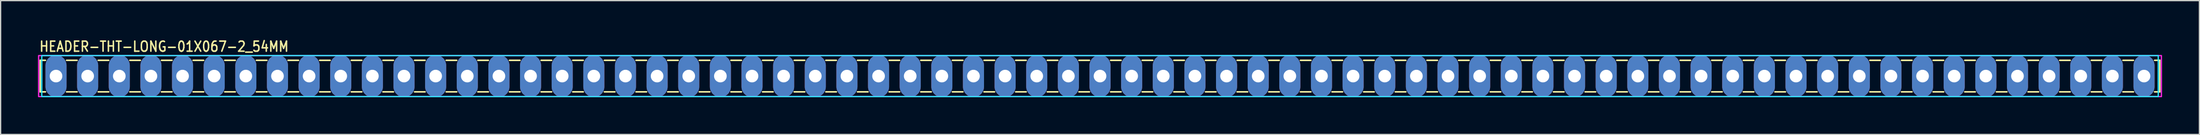
<source format=kicad_pcb>
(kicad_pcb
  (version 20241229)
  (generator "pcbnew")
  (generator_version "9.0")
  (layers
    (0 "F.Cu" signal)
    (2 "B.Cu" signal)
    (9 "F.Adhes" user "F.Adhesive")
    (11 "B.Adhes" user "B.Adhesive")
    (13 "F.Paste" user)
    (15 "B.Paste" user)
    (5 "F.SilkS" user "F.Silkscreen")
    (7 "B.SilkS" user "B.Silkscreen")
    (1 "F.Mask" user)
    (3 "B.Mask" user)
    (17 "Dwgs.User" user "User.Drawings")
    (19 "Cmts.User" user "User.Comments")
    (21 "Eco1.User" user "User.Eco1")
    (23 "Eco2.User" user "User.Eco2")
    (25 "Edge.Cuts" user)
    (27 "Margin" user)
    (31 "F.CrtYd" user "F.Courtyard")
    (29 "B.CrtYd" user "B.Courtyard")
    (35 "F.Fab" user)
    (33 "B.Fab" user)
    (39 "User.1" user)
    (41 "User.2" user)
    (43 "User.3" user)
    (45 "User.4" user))
  (footprint "HEADER-THT-LONG-01X067-2_54MM"
    (layer "F.Cu")
    (at 1.447 3.079)
    (property "Reference" "HEADER-THT-LONG-01X067-2_54MM" (at -1.4 -1.9 0) (unlocked yes) (layer "F.SilkS") (effects (font (size 0.813 0.695) (thickness 0.122)) (justify left bottom)))
    (fp_line (start -1.27 -1.27) (end -1.27 1.27) (stroke (width 0.127) (type solid)) (layer "F.SilkS"))
    (fp_line (start -1.27 1.27) (end -0.85 1.27) (stroke (width 0.127) (type solid)) (layer "F.SilkS"))
    (fp_line (start -0.85 -1.27) (end -1.27 -1.27) (stroke (width 0.127) (type solid)) (layer "F.SilkS"))
    (fp_line (start 0.85 -1.27) (end 1.69 -1.27) (stroke (width 0.127) (type solid)) (layer "F.SilkS"))
    (fp_line (start 0.85 1.27) (end 1.69 1.27) (stroke (width 0.127) (type solid)) (layer "F.SilkS"))
    (fp_line (start 3.39 -1.27) (end 4.23 -1.27) (stroke (width 0.127) (type solid)) (layer "F.SilkS"))
    (fp_line (start 3.39 1.27) (end 4.23 1.27) (stroke (width 0.127) (type solid)) (layer "F.SilkS"))
    (fp_line (start 5.93 -1.27) (end 6.77 -1.27) (stroke (width 0.127) (type solid)) (layer "F.SilkS"))
    (fp_line (start 5.93 1.27) (end 6.77 1.27) (stroke (width 0.127) (type solid)) (layer "F.SilkS"))
    (fp_line (start 8.47 -1.27) (end 9.31 -1.27) (stroke (width 0.127) (type solid)) (layer "F.SilkS"))
    (fp_line (start 8.47 1.27) (end 9.31 1.27) (stroke (width 0.127) (type solid)) (layer "F.SilkS"))
    (fp_line (start 11.01 -1.27) (end 11.85 -1.27) (stroke (width 0.127) (type solid)) (layer "F.SilkS"))
    (fp_line (start 11.01 1.27) (end 11.85 1.27) (stroke (width 0.127) (type solid)) (layer "F.SilkS"))
    (fp_line (start 13.55 -1.27) (end 14.39 -1.27) (stroke (width 0.127) (type solid)) (layer "F.SilkS"))
    (fp_line (start 13.55 1.27) (end 14.39 1.27) (stroke (width 0.127) (type solid)) (layer "F.SilkS"))
    (fp_line (start 16.09 -1.27) (end 16.93 -1.27) (stroke (width 0.127) (type solid)) (layer "F.SilkS"))
    (fp_line (start 16.09 1.27) (end 16.93 1.27) (stroke (width 0.127) (type solid)) (layer "F.SilkS"))
    (fp_line (start 18.63 -1.27) (end 19.47 -1.27) (stroke (width 0.127) (type solid)) (layer "F.SilkS"))
    (fp_line (start 18.63 1.27) (end 19.47 1.27) (stroke (width 0.127) (type solid)) (layer "F.SilkS"))
    (fp_line (start 21.17 -1.27) (end 22.01 -1.27) (stroke (width 0.127) (type solid)) (layer "F.SilkS"))
    (fp_line (start 21.17 1.27) (end 22.01 1.27) (stroke (width 0.127) (type solid)) (layer "F.SilkS"))
    (fp_line (start 23.71 -1.27) (end 24.55 -1.27) (stroke (width 0.127) (type solid)) (layer "F.SilkS"))
    (fp_line (start 23.71 1.27) (end 24.55 1.27) (stroke (width 0.127) (type solid)) (layer "F.SilkS"))
    (fp_line (start 26.25 -1.27) (end 27.09 -1.27) (stroke (width 0.127) (type solid)) (layer "F.SilkS"))
    (fp_line (start 26.25 1.27) (end 27.09 1.27) (stroke (width 0.127) (type solid)) (layer "F.SilkS"))
    (fp_line (start 28.79 -1.27) (end 29.63 -1.27) (stroke (width 0.127) (type solid)) (layer "F.SilkS"))
    (fp_line (start 28.79 1.27) (end 29.63 1.27) (stroke (width 0.127) (type solid)) (layer "F.SilkS"))
    (fp_line (start 31.33 -1.27) (end 32.17 -1.27) (stroke (width 0.127) (type solid)) (layer "F.SilkS"))
    (fp_line (start 31.33 1.27) (end 32.17 1.27) (stroke (width 0.127) (type solid)) (layer "F.SilkS"))
    (fp_line (start 33.87 -1.27) (end 34.71 -1.27) (stroke (width 0.127) (type solid)) (layer "F.SilkS"))
    (fp_line (start 33.87 1.27) (end 34.71 1.27) (stroke (width 0.127) (type solid)) (layer "F.SilkS"))
    (fp_line (start 36.41 -1.27) (end 37.25 -1.27) (stroke (width 0.127) (type solid)) (layer "F.SilkS"))
    (fp_line (start 36.41 1.27) (end 37.25 1.27) (stroke (width 0.127) (type solid)) (layer "F.SilkS"))
    (fp_line (start 38.95 -1.27) (end 39.79 -1.27) (stroke (width 0.127) (type solid)) (layer "F.SilkS"))
    (fp_line (start 38.95 1.27) (end 39.79 1.27) (stroke (width 0.127) (type solid)) (layer "F.SilkS"))
    (fp_line (start 41.49 -1.27) (end 42.33 -1.27) (stroke (width 0.127) (type solid)) (layer "F.SilkS"))
    (fp_line (start 41.49 1.27) (end 42.33 1.27) (stroke (width 0.127) (type solid)) (layer "F.SilkS"))
    (fp_line (start 44.03 -1.27) (end 44.87 -1.27) (stroke (width 0.127) (type solid)) (layer "F.SilkS"))
    (fp_line (start 44.03 1.27) (end 44.87 1.27) (stroke (width 0.127) (type solid)) (layer "F.SilkS"))
    (fp_line (start 46.57 -1.27) (end 47.41 -1.27) (stroke (width 0.127) (type solid)) (layer "F.SilkS"))
    (fp_line (start 46.57 1.27) (end 47.41 1.27) (stroke (width 0.127) (type solid)) (layer "F.SilkS"))
    (fp_line (start 49.11 -1.27) (end 49.95 -1.27) (stroke (width 0.127) (type solid)) (layer "F.SilkS"))
    (fp_line (start 49.11 1.27) (end 49.95 1.27) (stroke (width 0.127) (type solid)) (layer "F.SilkS"))
    (fp_line (start 51.65 -1.27) (end 52.49 -1.27) (stroke (width 0.127) (type solid)) (layer "F.SilkS"))
    (fp_line (start 51.65 1.27) (end 52.49 1.27) (stroke (width 0.127) (type solid)) (layer "F.SilkS"))
    (fp_line (start 54.19 -1.27) (end 55.03 -1.27) (stroke (width 0.127) (type solid)) (layer "F.SilkS"))
    (fp_line (start 54.19 1.27) (end 55.03 1.27) (stroke (width 0.127) (type solid)) (layer "F.SilkS"))
    (fp_line (start 56.73 -1.27) (end 57.57 -1.27) (stroke (width 0.127) (type solid)) (layer "F.SilkS"))
    (fp_line (start 56.73 1.27) (end 57.57 1.27) (stroke (width 0.127) (type solid)) (layer "F.SilkS"))
    (fp_line (start 59.27 -1.27) (end 60.11 -1.27) (stroke (width 0.127) (type solid)) (layer "F.SilkS"))
    (fp_line (start 59.27 1.27) (end 60.11 1.27) (stroke (width 0.127) (type solid)) (layer "F.SilkS"))
    (fp_line (start 61.81 -1.27) (end 62.65 -1.27) (stroke (width 0.127) (type solid)) (layer "F.SilkS"))
    (fp_line (start 61.81 1.27) (end 62.65 1.27) (stroke (width 0.127) (type solid)) (layer "F.SilkS"))
    (fp_line (start 64.35 -1.27) (end 65.19 -1.27) (stroke (width 0.127) (type solid)) (layer "F.SilkS"))
    (fp_line (start 64.35 1.27) (end 65.19 1.27) (stroke (width 0.127) (type solid)) (layer "F.SilkS"))
    (fp_line (start 66.89 -1.27) (end 67.73 -1.27) (stroke (width 0.127) (type solid)) (layer "F.SilkS"))
    (fp_line (start 66.89 1.27) (end 67.73 1.27) (stroke (width 0.127) (type solid)) (layer "F.SilkS"))
    (fp_line (start 69.43 -1.27) (end 70.27 -1.27) (stroke (width 0.127) (type solid)) (layer "F.SilkS"))
    (fp_line (start 69.43 1.27) (end 70.27 1.27) (stroke (width 0.127) (type solid)) (layer "F.SilkS"))
    (fp_line (start 71.97 -1.27) (end 72.81 -1.27) (stroke (width 0.127) (type solid)) (layer "F.SilkS"))
    (fp_line (start 71.97 1.27) (end 72.81 1.27) (stroke (width 0.127) (type solid)) (layer "F.SilkS"))
    (fp_line (start 74.51 -1.27) (end 75.35 -1.27) (stroke (width 0.127) (type solid)) (layer "F.SilkS"))
    (fp_line (start 74.51 1.27) (end 75.35 1.27) (stroke (width 0.127) (type solid)) (layer "F.SilkS"))
    (fp_line (start 77.05 -1.27) (end 77.89 -1.27) (stroke (width 0.127) (type solid)) (layer "F.SilkS"))
    (fp_line (start 77.05 1.27) (end 77.89 1.27) (stroke (width 0.127) (type solid)) (layer "F.SilkS"))
    (fp_line (start 79.59 -1.27) (end 80.43 -1.27) (stroke (width 0.127) (type solid)) (layer "F.SilkS"))
    (fp_line (start 79.59 1.27) (end 80.43 1.27) (stroke (width 0.127) (type solid)) (layer "F.SilkS"))
    (fp_line (start 82.13 -1.27) (end 82.97 -1.27) (stroke (width 0.127) (type solid)) (layer "F.SilkS"))
    (fp_line (start 82.13 1.27) (end 82.97 1.27) (stroke (width 0.127) (type solid)) (layer "F.SilkS"))
    (fp_line (start 84.67 -1.27) (end 85.51 -1.27) (stroke (width 0.127) (type solid)) (layer "F.SilkS"))
    (fp_line (start 84.67 1.27) (end 85.51 1.27) (stroke (width 0.127) (type solid)) (layer "F.SilkS"))
    (fp_line (start 87.21 -1.27) (end 88.05 -1.27) (stroke (width 0.127) (type solid)) (layer "F.SilkS"))
    (fp_line (start 87.21 1.27) (end 88.05 1.27) (stroke (width 0.127) (type solid)) (layer "F.SilkS"))
    (fp_line (start 89.75 -1.27) (end 90.59 -1.27) (stroke (width 0.127) (type solid)) (layer "F.SilkS"))
    (fp_line (start 89.75 1.27) (end 90.59 1.27) (stroke (width 0.127) (type solid)) (layer "F.SilkS"))
    (fp_line (start 92.29 -1.27) (end 93.13 -1.27) (stroke (width 0.127) (type solid)) (layer "F.SilkS"))
    (fp_line (start 92.29 1.27) (end 93.13 1.27) (stroke (width 0.127) (type solid)) (layer "F.SilkS"))
    (fp_line (start 94.83 -1.27) (end 95.67 -1.27) (stroke (width 0.127) (type solid)) (layer "F.SilkS"))
    (fp_line (start 94.83 1.27) (end 95.67 1.27) (stroke (width 0.127) (type solid)) (layer "F.SilkS"))
    (fp_line (start 97.37 -1.27) (end 98.21 -1.27) (stroke (width 0.127) (type solid)) (layer "F.SilkS"))
    (fp_line (start 97.37 1.27) (end 98.21 1.27) (stroke (width 0.127) (type solid)) (layer "F.SilkS"))
    (fp_line (start 99.91 -1.27) (end 100.75 -1.27) (stroke (width 0.127) (type solid)) (layer "F.SilkS"))
    (fp_line (start 99.91 1.27) (end 100.75 1.27) (stroke (width 0.127) (type solid)) (layer "F.SilkS"))
    (fp_line (start 102.45 -1.27) (end 103.29 -1.27) (stroke (width 0.127) (type solid)) (layer "F.SilkS"))
    (fp_line (start 102.45 1.27) (end 103.29 1.27) (stroke (width 0.127) (type solid)) (layer "F.SilkS"))
    (fp_line (start 104.99 -1.27) (end 105.83 -1.27) (stroke (width 0.127) (type solid)) (layer "F.SilkS"))
    (fp_line (start 104.99 1.27) (end 105.83 1.27) (stroke (width 0.127) (type solid)) (layer "F.SilkS"))
    (fp_line (start 107.53 -1.27) (end 108.37 -1.27) (stroke (width 0.127) (type solid)) (layer "F.SilkS"))
    (fp_line (start 107.53 1.27) (end 108.37 1.27) (stroke (width 0.127) (type solid)) (layer "F.SilkS"))
    (fp_line (start 110.07 -1.27) (end 110.91 -1.27) (stroke (width 0.127) (type solid)) (layer "F.SilkS"))
    (fp_line (start 110.07 1.27) (end 110.91 1.27) (stroke (width 0.127) (type solid)) (layer "F.SilkS"))
    (fp_line (start 112.61 -1.27) (end 113.45 -1.27) (stroke (width 0.127) (type solid)) (layer "F.SilkS"))
    (fp_line (start 112.61 1.27) (end 113.45 1.27) (stroke (width 0.127) (type solid)) (layer "F.SilkS"))
    (fp_line (start 115.15 -1.27) (end 115.99 -1.27) (stroke (width 0.127) (type solid)) (layer "F.SilkS"))
    (fp_line (start 115.15 1.27) (end 115.99 1.27) (stroke (width 0.127) (type solid)) (layer "F.SilkS"))
    (fp_line (start 117.69 -1.27) (end 118.53 -1.27) (stroke (width 0.127) (type solid)) (layer "F.SilkS"))
    (fp_line (start 117.69 1.27) (end 118.53 1.27) (stroke (width 0.127) (type solid)) (layer "F.SilkS"))
    (fp_line (start 120.23 -1.27) (end 121.07 -1.27) (stroke (width 0.127) (type solid)) (layer "F.SilkS"))
    (fp_line (start 120.23 1.27) (end 121.07 1.27) (stroke (width 0.127) (type solid)) (layer "F.SilkS"))
    (fp_line (start 122.77 -1.27) (end 123.61 -1.27) (stroke (width 0.127) (type solid)) (layer "F.SilkS"))
    (fp_line (start 122.77 1.27) (end 123.61 1.27) (stroke (width 0.127) (type solid)) (layer "F.SilkS"))
    (fp_line (start 125.31 -1.27) (end 126.15 -1.27) (stroke (width 0.127) (type solid)) (layer "F.SilkS"))
    (fp_line (start 125.31 1.27) (end 126.15 1.27) (stroke (width 0.127) (type solid)) (layer "F.SilkS"))
    (fp_line (start 127.85 -1.27) (end 128.69 -1.27) (stroke (width 0.127) (type solid)) (layer "F.SilkS"))
    (fp_line (start 127.85 1.27) (end 128.69 1.27) (stroke (width 0.127) (type solid)) (layer "F.SilkS"))
    (fp_line (start 130.39 -1.27) (end 131.23 -1.27) (stroke (width 0.127) (type solid)) (layer "F.SilkS"))
    (fp_line (start 130.39 1.27) (end 131.23 1.27) (stroke (width 0.127) (type solid)) (layer "F.SilkS"))
    (fp_line (start 132.93 -1.27) (end 133.77 -1.27) (stroke (width 0.127) (type solid)) (layer "F.SilkS"))
    (fp_line (start 132.93 1.27) (end 133.77 1.27) (stroke (width 0.127) (type solid)) (layer "F.SilkS"))
    (fp_line (start 135.47 -1.27) (end 136.31 -1.27) (stroke (width 0.127) (type solid)) (layer "F.SilkS"))
    (fp_line (start 135.47 1.27) (end 136.31 1.27) (stroke (width 0.127) (type solid)) (layer "F.SilkS"))
    (fp_line (start 138.01 -1.27) (end 138.85 -1.27) (stroke (width 0.127) (type solid)) (layer "F.SilkS"))
    (fp_line (start 138.01 1.27) (end 138.85 1.27) (stroke (width 0.127) (type solid)) (layer "F.SilkS"))
    (fp_line (start 140.55 -1.27) (end 141.39 -1.27) (stroke (width 0.127) (type solid)) (layer "F.SilkS"))
    (fp_line (start 140.55 1.27) (end 141.39 1.27) (stroke (width 0.127) (type solid)) (layer "F.SilkS"))
    (fp_line (start 143.09 -1.27) (end 143.93 -1.27) (stroke (width 0.127) (type solid)) (layer "F.SilkS"))
    (fp_line (start 143.09 1.27) (end 143.93 1.27) (stroke (width 0.127) (type solid)) (layer "F.SilkS"))
    (fp_line (start 145.63 -1.27) (end 146.47 -1.27) (stroke (width 0.127) (type solid)) (layer "F.SilkS"))
    (fp_line (start 145.63 1.27) (end 146.47 1.27) (stroke (width 0.127) (type solid)) (layer "F.SilkS"))
    (fp_line (start 148.17 -1.27) (end 149.01 -1.27) (stroke (width 0.127) (type solid)) (layer "F.SilkS"))
    (fp_line (start 148.17 1.27) (end 149.01 1.27) (stroke (width 0.127) (type solid)) (layer "F.SilkS"))
    (fp_line (start 150.71 -1.27) (end 151.55 -1.27) (stroke (width 0.127) (type solid)) (layer "F.SilkS"))
    (fp_line (start 150.71 1.27) (end 151.55 1.27) (stroke (width 0.127) (type solid)) (layer "F.SilkS"))
    (fp_line (start 153.25 -1.27) (end 154.09 -1.27) (stroke (width 0.127) (type solid)) (layer "F.SilkS"))
    (fp_line (start 153.25 1.27) (end 154.09 1.27) (stroke (width 0.127) (type solid)) (layer "F.SilkS"))
    (fp_line (start 155.79 -1.27) (end 156.63 -1.27) (stroke (width 0.127) (type solid)) (layer "F.SilkS"))
    (fp_line (start 155.79 1.27) (end 156.63 1.27) (stroke (width 0.127) (type solid)) (layer "F.SilkS"))
    (fp_line (start 158.33 -1.27) (end 159.17 -1.27) (stroke (width 0.127) (type solid)) (layer "F.SilkS"))
    (fp_line (start 158.33 1.27) (end 159.17 1.27) (stroke (width 0.127) (type solid)) (layer "F.SilkS"))
    (fp_line (start 160.87 -1.27) (end 161.71 -1.27) (stroke (width 0.127) (type solid)) (layer "F.SilkS"))
    (fp_line (start 160.87 1.27) (end 161.71 1.27) (stroke (width 0.127) (type solid)) (layer "F.SilkS"))
    (fp_line (start 163.41 -1.27) (end 164.25 -1.27) (stroke (width 0.127) (type solid)) (layer "F.SilkS"))
    (fp_line (start 163.41 1.27) (end 164.25 1.27) (stroke (width 0.127) (type solid)) (layer "F.SilkS"))
    (fp_line (start 165.95 -1.27) (end 166.79 -1.27) (stroke (width 0.127) (type solid)) (layer "F.SilkS"))
    (fp_line (start 165.95 1.27) (end 166.79 1.27) (stroke (width 0.127) (type solid)) (layer "F.SilkS"))
    (fp_line (start 168.49 -1.27) (end 168.91 -1.27) (stroke (width 0.127) (type solid)) (layer "F.SilkS"))
    (fp_line (start 168.91 -1.27) (end 168.91 1.27) (stroke (width 0.127) (type solid)) (layer "F.SilkS"))
    (fp_line (start 168.91 1.27) (end 168.49 1.27) (stroke (width 0.127) (type solid)) (layer "F.SilkS"))
    (fp_poly (pts (xy -1.143 -1.651) (xy 168.783 -1.651) (xy 168.783 1.651) (xy -1.143 1.651)) (stroke (width 0.1) (type solid)) (fill no) (layer "B.CrtYd"))
    (fp_poly (pts (xy -1.397 -1.651) (xy 169.037 -1.651) (xy 169.037 1.651) (xy -1.397 1.651)) (stroke (width 0.1) (type solid)) (fill no) (layer "F.CrtYd"))
    (pad "1" thru_hole oval (at 0 0 90) (size 3.387 1.693) (drill 1.016) (layers "*.Cu" "*.Mask"))
    (pad "2" thru_hole oval (at 2.54 0 90) (size 3.387 1.693) (drill 1.016) (layers "*.Cu" "*.Mask"))
    (pad "3" thru_hole oval (at 5.08 0 90) (size 3.387 1.693) (drill 1.016) (layers "*.Cu" "*.Mask"))
    (pad "4" thru_hole oval (at 7.62 0 90) (size 3.387 1.693) (drill 1.016) (layers "*.Cu" "*.Mask"))
    (pad "5" thru_hole oval (at 10.16 0 90) (size 3.387 1.693) (drill 1.016) (layers "*.Cu" "*.Mask"))
    (pad "6" thru_hole oval (at 12.7 0 90) (size 3.387 1.693) (drill 1.016) (layers "*.Cu" "*.Mask"))
    (pad "7" thru_hole oval (at 15.24 0 90) (size 3.387 1.693) (drill 1.016) (layers "*.Cu" "*.Mask"))
    (pad "8" thru_hole oval (at 17.78 0 90) (size 3.387 1.693) (drill 1.016) (layers "*.Cu" "*.Mask"))
    (pad "9" thru_hole oval (at 20.32 0 90) (size 3.387 1.693) (drill 1.016) (layers "*.Cu" "*.Mask"))
    (pad "10" thru_hole oval (at 22.86 0 90) (size 3.387 1.693) (drill 1.016) (layers "*.Cu" "*.Mask"))
    (pad "11" thru_hole oval (at 25.4 0 90) (size 3.387 1.693) (drill 1.016) (layers "*.Cu" "*.Mask"))
    (pad "12" thru_hole oval (at 27.94 0 90) (size 3.387 1.693) (drill 1.016) (layers "*.Cu" "*.Mask"))
    (pad "13" thru_hole oval (at 30.48 0 90) (size 3.387 1.693) (drill 1.016) (layers "*.Cu" "*.Mask"))
    (pad "14" thru_hole oval (at 33.02 0 90) (size 3.387 1.693) (drill 1.016) (layers "*.Cu" "*.Mask"))
    (pad "15" thru_hole oval (at 35.56 0 90) (size 3.387 1.693) (drill 1.016) (layers "*.Cu" "*.Mask"))
    (pad "16" thru_hole oval (at 38.1 0 90) (size 3.387 1.693) (drill 1.016) (layers "*.Cu" "*.Mask"))
    (pad "17" thru_hole oval (at 40.64 0 90) (size 3.387 1.693) (drill 1.016) (layers "*.Cu" "*.Mask"))
    (pad "18" thru_hole oval (at 43.18 0 90) (size 3.387 1.693) (drill 1.016) (layers "*.Cu" "*.Mask"))
    (pad "19" thru_hole oval (at 45.72 0 90) (size 3.387 1.693) (drill 1.016) (layers "*.Cu" "*.Mask"))
    (pad "20" thru_hole oval (at 48.26 0 90) (size 3.387 1.693) (drill 1.016) (layers "*.Cu" "*.Mask"))
    (pad "21" thru_hole oval (at 50.8 0 90) (size 3.387 1.693) (drill 1.016) (layers "*.Cu" "*.Mask"))
    (pad "22" thru_hole oval (at 53.34 0 90) (size 3.387 1.693) (drill 1.016) (layers "*.Cu" "*.Mask"))
    (pad "23" thru_hole oval (at 55.88 0 90) (size 3.387 1.693) (drill 1.016) (layers "*.Cu" "*.Mask"))
    (pad "24" thru_hole oval (at 58.42 0 90) (size 3.387 1.693) (drill 1.016) (layers "*.Cu" "*.Mask"))
    (pad "25" thru_hole oval (at 60.96 0 90) (size 3.387 1.693) (drill 1.016) (layers "*.Cu" "*.Mask"))
    (pad "26" thru_hole oval (at 63.5 0 90) (size 3.387 1.693) (drill 1.016) (layers "*.Cu" "*.Mask"))
    (pad "27" thru_hole oval (at 66.04 0 90) (size 3.387 1.693) (drill 1.016) (layers "*.Cu" "*.Mask"))
    (pad "28" thru_hole oval (at 68.58 0 90) (size 3.387 1.693) (drill 1.016) (layers "*.Cu" "*.Mask"))
    (pad "29" thru_hole oval (at 71.12 0 90) (size 3.387 1.693) (drill 1.016) (layers "*.Cu" "*.Mask"))
    (pad "30" thru_hole oval (at 73.66 0 90) (size 3.387 1.693) (drill 1.016) (layers "*.Cu" "*.Mask"))
    (pad "31" thru_hole oval (at 76.2 0 90) (size 3.387 1.693) (drill 1.016) (layers "*.Cu" "*.Mask"))
    (pad "32" thru_hole oval (at 78.74 0 90) (size 3.387 1.693) (drill 1.016) (layers "*.Cu" "*.Mask"))
    (pad "33" thru_hole oval (at 81.28 0 90) (size 3.387 1.693) (drill 1.016) (layers "*.Cu" "*.Mask"))
    (pad "34" thru_hole oval (at 83.82 0 90) (size 3.387 1.693) (drill 1.016) (layers "*.Cu" "*.Mask"))
    (pad "35" thru_hole oval (at 86.36 0 90) (size 3.387 1.693) (drill 1.016) (layers "*.Cu" "*.Mask"))
    (pad "36" thru_hole oval (at 88.9 0 90) (size 3.387 1.693) (drill 1.016) (layers "*.Cu" "*.Mask"))
    (pad "37" thru_hole oval (at 91.44 0 90) (size 3.387 1.693) (drill 1.016) (layers "*.Cu" "*.Mask"))
    (pad "38" thru_hole oval (at 93.98 0 90) (size 3.387 1.693) (drill 1.016) (layers "*.Cu" "*.Mask"))
    (pad "39" thru_hole oval (at 96.52 0 90) (size 3.387 1.693) (drill 1.016) (layers "*.Cu" "*.Mask"))
    (pad "40" thru_hole oval (at 99.06 0 90) (size 3.387 1.693) (drill 1.016) (layers "*.Cu" "*.Mask"))
    (pad "41" thru_hole oval (at 101.6 0 90) (size 3.387 1.693) (drill 1.016) (layers "*.Cu" "*.Mask"))
    (pad "42" thru_hole oval (at 104.14 0 90) (size 3.387 1.693) (drill 1.016) (layers "*.Cu" "*.Mask"))
    (pad "43" thru_hole oval (at 106.68 0 90) (size 3.387 1.693) (drill 1.016) (layers "*.Cu" "*.Mask"))
    (pad "44" thru_hole oval (at 109.22 0 90) (size 3.387 1.693) (drill 1.016) (layers "*.Cu" "*.Mask"))
    (pad "45" thru_hole oval (at 111.76 0 90) (size 3.387 1.693) (drill 1.016) (layers "*.Cu" "*.Mask"))
    (pad "46" thru_hole oval (at 114.3 0 90) (size 3.387 1.693) (drill 1.016) (layers "*.Cu" "*.Mask"))
    (pad "47" thru_hole oval (at 116.84 0 90) (size 3.387 1.693) (drill 1.016) (layers "*.Cu" "*.Mask"))
    (pad "48" thru_hole oval (at 119.38 0 90) (size 3.387 1.693) (drill 1.016) (layers "*.Cu" "*.Mask"))
    (pad "49" thru_hole oval (at 121.92 0 90) (size 3.387 1.693) (drill 1.016) (layers "*.Cu" "*.Mask"))
    (pad "50" thru_hole oval (at 124.46 0 90) (size 3.387 1.693) (drill 1.016) (layers "*.Cu" "*.Mask"))
    (pad "51" thru_hole oval (at 127 0 90) (size 3.387 1.693) (drill 1.016) (layers "*.Cu" "*.Mask"))
    (pad "52" thru_hole oval (at 129.54 0 90) (size 3.387 1.693) (drill 1.016) (layers "*.Cu" "*.Mask"))
    (pad "53" thru_hole oval (at 132.08 0 90) (size 3.387 1.693) (drill 1.016) (layers "*.Cu" "*.Mask"))
    (pad "54" thru_hole oval (at 134.62 0 90) (size 3.387 1.693) (drill 1.016) (layers "*.Cu" "*.Mask"))
    (pad "55" thru_hole oval (at 137.16 0 90) (size 3.387 1.693) (drill 1.016) (layers "*.Cu" "*.Mask"))
    (pad "56" thru_hole oval (at 139.7 0 90) (size 3.387 1.693) (drill 1.016) (layers "*.Cu" "*.Mask"))
    (pad "57" thru_hole oval (at 142.24 0 90) (size 3.387 1.693) (drill 1.016) (layers "*.Cu" "*.Mask"))
    (pad "58" thru_hole oval (at 144.78 0 90) (size 3.387 1.693) (drill 1.016) (layers "*.Cu" "*.Mask"))
    (pad "59" thru_hole oval (at 147.32 0 90) (size 3.387 1.693) (drill 1.016) (layers "*.Cu" "*.Mask"))
    (pad "60" thru_hole oval (at 149.86 0 90) (size 3.387 1.693) (drill 1.016) (layers "*.Cu" "*.Mask"))
    (pad "61" thru_hole oval (at 152.4 0 90) (size 3.387 1.693) (drill 1.016) (layers "*.Cu" "*.Mask"))
    (pad "62" thru_hole oval (at 154.94 0 90) (size 3.387 1.693) (drill 1.016) (layers "*.Cu" "*.Mask"))
    (pad "63" thru_hole oval (at 157.48 0 90) (size 3.387 1.693) (drill 1.016) (layers "*.Cu" "*.Mask"))
    (pad "64" thru_hole oval (at 160.02 0 90) (size 3.387 1.693) (drill 1.016) (layers "*.Cu" "*.Mask"))
    (pad "65" thru_hole oval (at 162.56 0 90) (size 3.387 1.693) (drill 1.016) (layers "*.Cu" "*.Mask"))
    (pad "66" thru_hole oval (at 165.1 0 90) (size 3.387 1.693) (drill 1.016) (layers "*.Cu" "*.Mask"))
    (pad "67" thru_hole oval (at 167.64 0 90) (size 3.387 1.693) (drill 1.016) (layers "*.Cu" "*.Mask")))
  (gr_rect
    (start -3 -3)
    (end 173.534 7.78)
    (stroke (width 0.1) (type default))
    (fill no)
    (layer "Edge.Cuts")))
</source>
